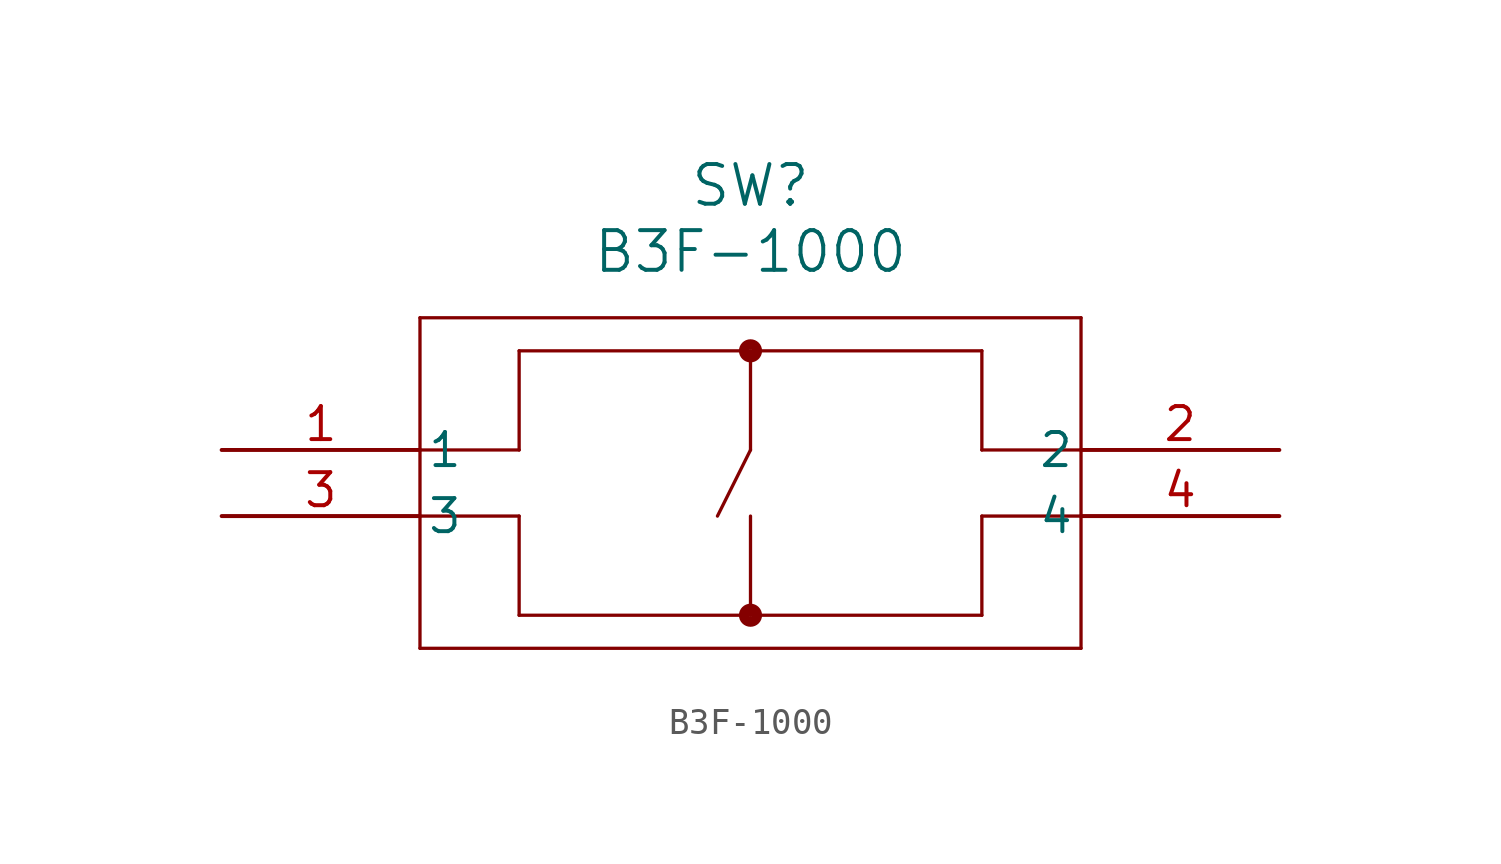
<source format=kicad_sym>
(kicad_symbol_lib
  (version 20231120)
  (generator "kicad_symbol_editor")
  (generator_version "8.0")
  (symbol "B3F-1000"
    (pin_names
      (offset 0.254))
    (property "Reference" "SW"
      (at 20.32 10.16 0)
      (effects (font (size 1.524 1.524))))
    (property "Value" "B3F-1000"
      (at 20.32 7.62 0)
      (effects (font (size 1.524 1.524))))
    (property "ki_locked" ""
      (at 0 0 0)
      (effects (font (size 1.27 1.27))))
    (symbol "B3F-1000_0_1"
      (polyline (pts (xy 7.62 -7.62) (xy 33.02 -7.62)) (stroke (width 0.127) (type default)) (fill (type none)))
      (polyline (pts (xy 7.62 -2.54) (xy 11.43 -2.54)) (stroke (width 0.127) (type default)) (fill (type none)))
      (polyline (pts (xy 7.62 0) (xy 11.43 0)) (stroke (width 0.127) (type default)) (fill (type none)))
      (polyline (pts (xy 7.62 5.08) (xy 7.62 -7.62)) (stroke (width 0.127) (type default)) (fill (type none)))
      (polyline (pts (xy 11.43 -6.35) (xy 29.21 -6.35)) (stroke (width 0.127) (type default)) (fill (type none)))
      (polyline (pts (xy 11.43 -2.54) (xy 11.43 -6.35)) (stroke (width 0.127) (type default)) (fill (type none)))
      (polyline (pts (xy 11.43 0) (xy 11.43 3.81)) (stroke (width 0.127) (type default)) (fill (type none)))
      (polyline (pts (xy 20.32 -2.54) (xy 20.32 -6.35)) (stroke (width 0.127) (type default)) (fill (type none)))
      (polyline (pts (xy 20.32 0) (xy 19.05 -2.54)) (stroke (width 0.127) (type default)) (fill (type none)))
      (polyline (pts (xy 20.32 3.81) (xy 20.32 0)) (stroke (width 0.127) (type default)) (fill (type none)))
      (polyline (pts (xy 29.21 -6.35) (xy 29.21 -2.54)) (stroke (width 0.127) (type default)) (fill (type none)))
      (polyline (pts (xy 29.21 -2.54) (xy 33.02 -2.54)) (stroke (width 0.127) (type default)) (fill (type none)))
      (polyline (pts (xy 29.21 0) (xy 29.21 3.81)) (stroke (width 0.127) (type default)) (fill (type none)))
      (polyline (pts (xy 29.21 3.81) (xy 11.43 3.81)) (stroke (width 0.127) (type default)) (fill (type none)))
      (polyline (pts (xy 33.02 -7.62) (xy 33.02 5.08)) (stroke (width 0.127) (type default)) (fill (type none)))
      (polyline (pts (xy 33.02 0) (xy 29.21 0)) (stroke (width 0.127) (type default)) (fill (type none)))
      (polyline (pts (xy 33.02 5.08) (xy 7.62 5.08)) (stroke (width 0.127) (type default)) (fill (type none)))
      (circle (center 20.32 -6.35) (radius 0.254) (stroke (width 0.381) (type default)) (fill (type none)))
      (circle (center 20.32 3.81) (radius 0.254) (stroke (width 0.381) (type default)) (fill (type none)))
      (pin unspecified line (at 0 0 0) (length 7.62) (name "1" (effects (font (size 1.27 1.27)))) (number "1" (effects (font (size 1.27 1.27)))))
      (pin unspecified line (at 40.64 -2.54 180) (length 7.62) (name "4" (effects (font (size 1.27 1.27)))) (number "4" (effects (font (size 1.27 1.27))))))
    (symbol "B3F-1000_1_1"
      (pin unspecified line (at 40.64 0 180) (length 7.62) (name "2" (effects (font (size 1.27 1.27)))) (number "2" (effects (font (size 1.27 1.27)))))
      (pin unspecified line (at 0 -2.54 0) (length 7.62) (name "3" (effects (font (size 1.27 1.27)))) (number "3" (effects (font (size 1.27 1.27))))))))
</source>
